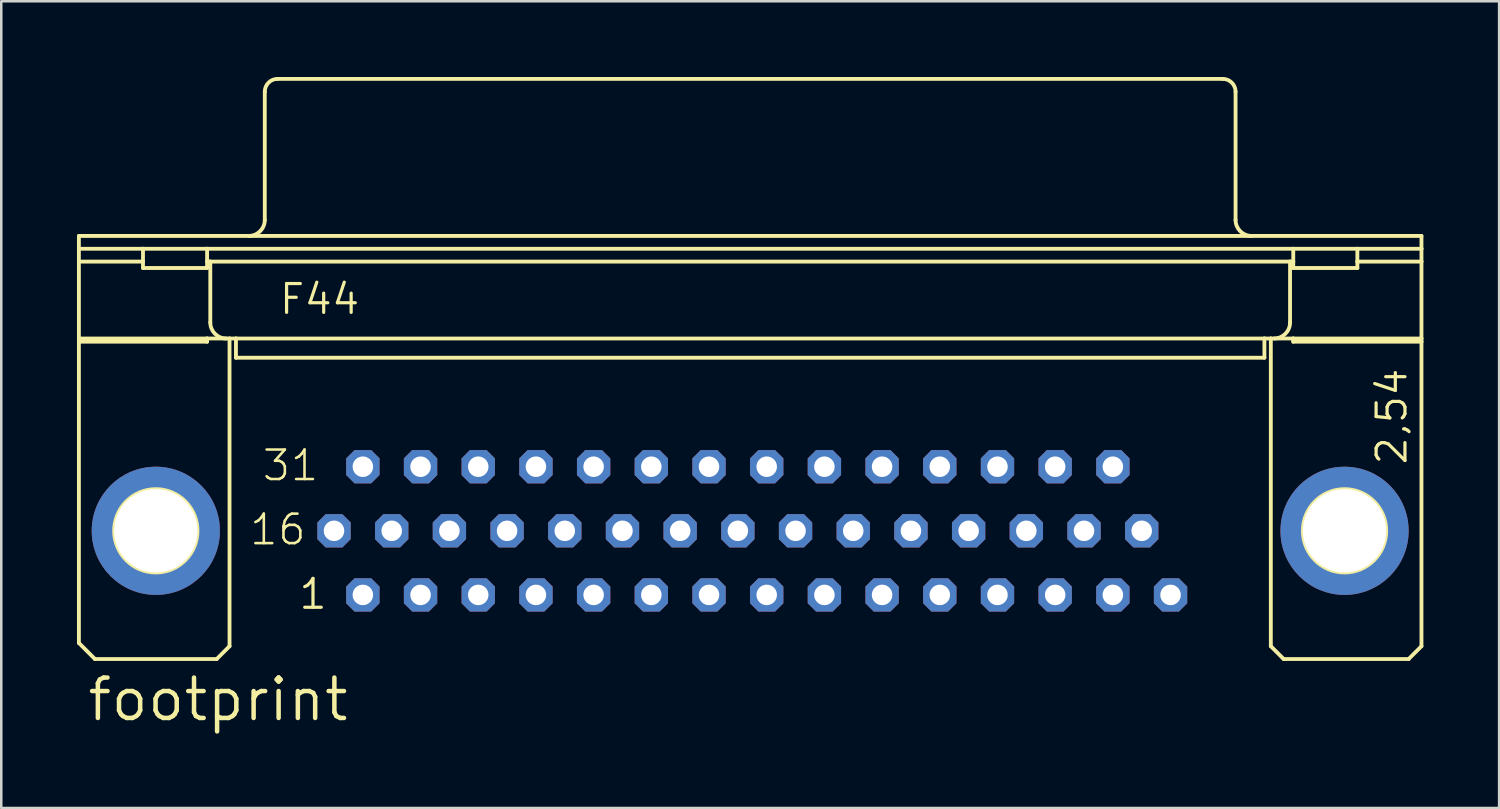
<source format=kicad_pcb>
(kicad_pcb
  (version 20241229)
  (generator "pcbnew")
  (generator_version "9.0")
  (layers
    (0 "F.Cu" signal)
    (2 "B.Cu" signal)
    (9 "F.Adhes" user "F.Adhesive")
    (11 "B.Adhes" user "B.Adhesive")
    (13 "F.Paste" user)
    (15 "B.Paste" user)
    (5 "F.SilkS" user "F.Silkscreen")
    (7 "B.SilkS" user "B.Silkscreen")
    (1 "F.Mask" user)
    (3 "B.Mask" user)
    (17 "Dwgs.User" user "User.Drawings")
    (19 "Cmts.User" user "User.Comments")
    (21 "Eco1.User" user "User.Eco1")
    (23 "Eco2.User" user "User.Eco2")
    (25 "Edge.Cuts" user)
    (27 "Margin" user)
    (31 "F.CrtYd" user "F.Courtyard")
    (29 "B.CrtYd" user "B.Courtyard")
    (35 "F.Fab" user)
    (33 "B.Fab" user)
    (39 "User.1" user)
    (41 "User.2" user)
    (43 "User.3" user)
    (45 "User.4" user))
  (footprint "footprint"
    (layer "F.Cu")
    (at 26.06 16.713)
    (property "Reference" "footprint" (at -25.73 8.89 0) (layer "F.SilkS") (effects (font (size 1.6 1.6) (thickness 0.178)) (justify left bottom)))
    (fp_line (start -25.984 -10.414) (end 27.214 -10.414) (stroke (width 0.152) (type solid)) (layer "F.SilkS"))
    (fp_line (start -25.984 -9.906) (end -25.984 -10.414) (stroke (width 0.152) (type solid)) (layer "F.SilkS"))
    (fp_line (start -25.984 -9.906) (end -23.444 -9.906) (stroke (width 0.152) (type solid)) (layer "F.SilkS"))
    (fp_line (start -25.984 -9.398) (end -25.984 -9.906) (stroke (width 0.152) (type solid)) (layer "F.SilkS"))
    (fp_line (start -25.984 -9.398) (end -23.444 -9.398) (stroke (width 0.152) (type solid)) (layer "F.SilkS"))
    (fp_line (start -25.984 -6.35) (end -25.984 -9.398) (stroke (width 0.152) (type solid)) (layer "F.SilkS"))
    (fp_line (start -25.984 -6.35) (end -25.984 -6.223) (stroke (width 0.152) (type solid)) (layer "F.SilkS"))
    (fp_line (start -25.984 -6.35) (end -20.904 -6.35) (stroke (width 0.152) (type solid)) (layer "F.SilkS"))
    (fp_line (start -25.984 -6.223) (end -20.904 -6.223) (stroke (width 0.152) (type solid)) (layer "F.SilkS"))
    (fp_line (start -25.984 5.715) (end -25.984 -6.223) (stroke (width 0.152) (type solid)) (layer "F.SilkS"))
    (fp_line (start -25.349 6.35) (end -25.984 5.715) (stroke (width 0.152) (type solid)) (layer "F.SilkS"))
    (fp_line (start -23.444 -9.906) (end -20.904 -9.906) (stroke (width 0.152) (type solid)) (layer "F.SilkS"))
    (fp_line (start -23.444 -9.398) (end -23.444 -9.906) (stroke (width 0.152) (type solid)) (layer "F.SilkS"))
    (fp_line (start -23.444 -9.398) (end -23.444 -9.144) (stroke (width 0.152) (type solid)) (layer "F.SilkS"))
    (fp_line (start -23.444 -9.144) (end -20.904 -9.144) (stroke (width 0.152) (type solid)) (layer "F.SilkS"))
    (fp_line (start -20.904 -9.906) (end 22.134 -9.906) (stroke (width 0.152) (type solid)) (layer "F.SilkS"))
    (fp_line (start -20.904 -9.398) (end -20.904 -9.906) (stroke (width 0.152) (type solid)) (layer "F.SilkS"))
    (fp_line (start -20.904 -9.398) (end -20.777 -9.398) (stroke (width 0.152) (type solid)) (layer "F.SilkS"))
    (fp_line (start -20.904 -9.144) (end -20.904 -9.398) (stroke (width 0.152) (type solid)) (layer "F.SilkS"))
    (fp_line (start -20.904 -6.35) (end -20.015 -6.35) (stroke (width 0.152) (type solid)) (layer "F.SilkS"))
    (fp_line (start -20.904 -6.223) (end -20.904 -6.35) (stroke (width 0.152) (type solid)) (layer "F.SilkS"))
    (fp_line (start -20.777 -9.398) (end 22.007 -9.398) (stroke (width 0.152) (type solid)) (layer "F.SilkS"))
    (fp_line (start -20.777 -6.985) (end -20.777 -9.398) (stroke (width 0.152) (type solid)) (layer "F.SilkS"))
    (fp_line (start -20.523 6.35) (end -25.349 6.35) (stroke (width 0.152) (type solid)) (layer "F.SilkS"))
    (fp_line (start -20.523 6.35) (end -20.015 5.842) (stroke (width 0.152) (type solid)) (layer "F.SilkS"))
    (fp_line (start -20.015 -6.35) (end -19.761 -6.35) (stroke (width 0.152) (type solid)) (layer "F.SilkS"))
    (fp_line (start -20.015 5.842) (end -20.015 -6.35) (stroke (width 0.152) (type solid)) (layer "F.SilkS"))
    (fp_line (start -19.761 -6.35) (end -19.761 -5.588) (stroke (width 0.152) (type solid)) (layer "F.SilkS"))
    (fp_line (start -19.761 -6.35) (end 20.991 -6.35) (stroke (width 0.152) (type solid)) (layer "F.SilkS"))
    (fp_line (start -19.761 -5.588) (end 20.991 -5.588) (stroke (width 0.152) (type solid)) (layer "F.SilkS"))
    (fp_line (start -18.618 -11.049) (end -18.618 -16.129) (stroke (width 0.152) (type solid)) (layer "F.SilkS"))
    (fp_line (start -18.11 -16.637) (end 19.34 -16.637) (stroke (width 0.152) (type solid)) (layer "F.SilkS"))
    (fp_line (start 19.848 -11.049) (end 19.848 -16.129) (stroke (width 0.152) (type solid)) (layer "F.SilkS"))
    (fp_line (start 20.991 -6.35) (end 20.991 -5.588) (stroke (width 0.152) (type solid)) (layer "F.SilkS"))
    (fp_line (start 20.991 -6.35) (end 21.245 -6.35) (stroke (width 0.152) (type solid)) (layer "F.SilkS"))
    (fp_line (start 21.245 -6.35) (end 22.134 -6.35) (stroke (width 0.152) (type solid)) (layer "F.SilkS"))
    (fp_line (start 21.245 5.842) (end 21.245 -6.35) (stroke (width 0.152) (type solid)) (layer "F.SilkS"))
    (fp_line (start 21.245 5.842) (end 21.753 6.35) (stroke (width 0.152) (type solid)) (layer "F.SilkS"))
    (fp_line (start 21.753 6.35) (end 26.706 6.35) (stroke (width 0.152) (type solid)) (layer "F.SilkS"))
    (fp_line (start 22.007 -9.398) (end 22.134 -9.398) (stroke (width 0.152) (type solid)) (layer "F.SilkS"))
    (fp_line (start 22.007 -6.985) (end 22.007 -9.398) (stroke (width 0.152) (type solid)) (layer "F.SilkS"))
    (fp_line (start 22.134 -9.906) (end 24.674 -9.906) (stroke (width 0.152) (type solid)) (layer "F.SilkS"))
    (fp_line (start 22.134 -9.398) (end 22.134 -9.906) (stroke (width 0.152) (type solid)) (layer "F.SilkS"))
    (fp_line (start 22.134 -9.144) (end 22.134 -9.398) (stroke (width 0.152) (type solid)) (layer "F.SilkS"))
    (fp_line (start 22.134 -9.144) (end 24.674 -9.144) (stroke (width 0.152) (type solid)) (layer "F.SilkS"))
    (fp_line (start 22.134 -6.35) (end 27.214 -6.35) (stroke (width 0.152) (type solid)) (layer "F.SilkS"))
    (fp_line (start 22.134 -6.223) (end 22.134 -6.35) (stroke (width 0.152) (type solid)) (layer "F.SilkS"))
    (fp_line (start 22.134 -6.223) (end 27.214 -6.223) (stroke (width 0.152) (type solid)) (layer "F.SilkS"))
    (fp_line (start 24.674 -9.906) (end 27.214 -9.906) (stroke (width 0.152) (type solid)) (layer "F.SilkS"))
    (fp_line (start 24.674 -9.398) (end 24.674 -9.906) (stroke (width 0.152) (type solid)) (layer "F.SilkS"))
    (fp_line (start 24.674 -9.398) (end 24.674 -9.144) (stroke (width 0.152) (type solid)) (layer "F.SilkS"))
    (fp_line (start 24.674 -9.398) (end 27.214 -9.398) (stroke (width 0.152) (type solid)) (layer "F.SilkS"))
    (fp_line (start 26.706 6.35) (end 27.214 5.842) (stroke (width 0.152) (type solid)) (layer "F.SilkS"))
    (fp_line (start 27.214 -10.414) (end 27.214 -9.906) (stroke (width 0.152) (type solid)) (layer "F.SilkS"))
    (fp_line (start 27.214 -9.906) (end 27.214 -9.398) (stroke (width 0.152) (type solid)) (layer "F.SilkS"))
    (fp_line (start 27.214 -9.398) (end 27.214 -6.35) (stroke (width 0.152) (type solid)) (layer "F.SilkS"))
    (fp_line (start 27.214 -6.35) (end 27.214 -6.223) (stroke (width 0.152) (type solid)) (layer "F.SilkS"))
    (fp_line (start 27.214 5.842) (end 27.214 -6.223) (stroke (width 0.152) (type solid)) (layer "F.SilkS"))
    (fp_arc (start -20.1422 -6.35) (mid -20.591213 -6.535987) (end -20.7772 -6.985) (stroke (width 0.1524) (type solid)) (layer "F.SilkS"))
    (fp_arc (start -18.6182 -16.129) (mid -18.46941 -16.48821) (end -18.1102 -16.637) (stroke (width 0.1524) (type solid)) (layer "F.SilkS"))
    (fp_arc (start -18.6182 -11.049) (mid -18.804187 -10.599987) (end -19.2532 -10.414) (stroke (width 0.1524) (type solid)) (layer "F.SilkS"))
    (fp_arc (start 19.34 -16.637) (mid 19.69921 -16.48821) (end 19.848 -16.129) (stroke (width 0.1524) (type solid)) (layer "F.SilkS"))
    (fp_arc (start 20.483 -10.414) (mid 20.033987 -10.599987) (end 19.848 -11.049) (stroke (width 0.1524) (type solid)) (layer "F.SilkS"))
    (fp_arc (start 22.007 -6.985) (mid 21.821013 -6.535987) (end 21.372 -6.35) (stroke (width 0.1524) (type solid)) (layer "F.SilkS"))
    (fp_circle (center -22.936 1.27) (end -21.285 1.27) (stroke (width 0.152) (type solid)) (fill no) (layer "F.SilkS"))
    (fp_circle (center 24.166 1.27) (end 25.817 1.27) (stroke (width 0.152) (type solid)) (fill no) (layer "F.SilkS"))
    (fp_text user "31" (at -18.78 -0.635 0) (layer "F.SilkS") (effects (font (size 1.168 1.168) (thickness 0.102)) (justify left bottom)))
    (fp_text user "2,54" (at 26.706 -1.27 90) (layer "F.SilkS") (effects (font (size 1.143 1.143) (thickness 0.127)) (justify left bottom)))
    (fp_text user "F44" (at -18.11 -7.239 0) (layer "F.SilkS") (effects (font (size 1.143 1.143) (thickness 0.127)) (justify left bottom)))
    (fp_text user "16" (at -19.28 1.905 0) (layer "F.SilkS") (effects (font (size 1.168 1.168) (thickness 0.102)) (justify left bottom)))
    (fp_text user "1" (at -17.336 4.445 0) (layer "F.SilkS") (effects (font (size 1.143 1.143) (thickness 0.127)) (justify left bottom)))
    (pad "1" thru_hole roundrect (at -14.732 3.81) (size 1.321 1.321) (drill 0.813) (layers "*.Cu" "*.Mask") (roundrect_rratio 0.25) (chamfer_ratio 0.25) (chamfer top_left top_right bottom_left bottom_right))
    (pad "2" thru_hole roundrect (at -12.446 3.81) (size 1.321 1.321) (drill 0.813) (layers "*.Cu" "*.Mask") (roundrect_rratio 0.25) (chamfer_ratio 0.25) (chamfer top_left top_right bottom_left bottom_right))
    (pad "3" thru_hole roundrect (at -10.16 3.81) (size 1.321 1.321) (drill 0.813) (layers "*.Cu" "*.Mask") (roundrect_rratio 0.25) (chamfer_ratio 0.25) (chamfer top_left top_right bottom_left bottom_right))
    (pad "4" thru_hole roundrect (at -7.874 3.81) (size 1.321 1.321) (drill 0.813) (layers "*.Cu" "*.Mask") (roundrect_rratio 0.25) (chamfer_ratio 0.25) (chamfer top_left top_right bottom_left bottom_right))
    (pad "5" thru_hole roundrect (at -5.588 3.81) (size 1.321 1.321) (drill 0.813) (layers "*.Cu" "*.Mask") (roundrect_rratio 0.25) (chamfer_ratio 0.25) (chamfer top_left top_right bottom_left bottom_right))
    (pad "6" thru_hole roundrect (at -3.302 3.81) (size 1.321 1.321) (drill 0.813) (layers "*.Cu" "*.Mask") (roundrect_rratio 0.25) (chamfer_ratio 0.25) (chamfer top_left top_right bottom_left bottom_right))
    (pad "7" thru_hole roundrect (at -1.016 3.81) (size 1.321 1.321) (drill 0.813) (layers "*.Cu" "*.Mask") (roundrect_rratio 0.25) (chamfer_ratio 0.25) (chamfer top_left top_right bottom_left bottom_right))
    (pad "8" thru_hole roundrect (at 1.27 3.81) (size 1.321 1.321) (drill 0.813) (layers "*.Cu" "*.Mask") (roundrect_rratio 0.25) (chamfer_ratio 0.25) (chamfer top_left top_right bottom_left bottom_right))
    (pad "9" thru_hole roundrect (at 3.556 3.81) (size 1.321 1.321) (drill 0.813) (layers "*.Cu" "*.Mask") (roundrect_rratio 0.25) (chamfer_ratio 0.25) (chamfer top_left top_right bottom_left bottom_right))
    (pad "10" thru_hole roundrect (at 5.842 3.81) (size 1.321 1.321) (drill 0.813) (layers "*.Cu" "*.Mask") (roundrect_rratio 0.25) (chamfer_ratio 0.25) (chamfer top_left top_right bottom_left bottom_right))
    (pad "11" thru_hole roundrect (at 8.128 3.81) (size 1.321 1.321) (drill 0.813) (layers "*.Cu" "*.Mask") (roundrect_rratio 0.25) (chamfer_ratio 0.25) (chamfer top_left top_right bottom_left bottom_right))
    (pad "12" thru_hole roundrect (at 10.414 3.81) (size 1.321 1.321) (drill 0.813) (layers "*.Cu" "*.Mask") (roundrect_rratio 0.25) (chamfer_ratio 0.25) (chamfer top_left top_right bottom_left bottom_right))
    (pad "13" thru_hole roundrect (at 12.7 3.81) (size 1.321 1.321) (drill 0.813) (layers "*.Cu" "*.Mask") (roundrect_rratio 0.25) (chamfer_ratio 0.25) (chamfer top_left top_right bottom_left bottom_right))
    (pad "14" thru_hole roundrect (at 14.986 3.81) (size 1.321 1.321) (drill 0.813) (layers "*.Cu" "*.Mask") (roundrect_rratio 0.25) (chamfer_ratio 0.25) (chamfer top_left top_right bottom_left bottom_right))
    (pad "15" thru_hole roundrect (at 17.272 3.81) (size 1.321 1.321) (drill 0.813) (layers "*.Cu" "*.Mask") (roundrect_rratio 0.25) (chamfer_ratio 0.25) (chamfer top_left top_right bottom_left bottom_right))
    (pad "16" thru_hole roundrect (at -15.875 1.27) (size 1.321 1.321) (drill 0.813) (layers "*.Cu" "*.Mask") (roundrect_rratio 0.25) (chamfer_ratio 0.25) (chamfer top_left top_right bottom_left bottom_right))
    (pad "17" thru_hole roundrect (at -13.589 1.27) (size 1.321 1.321) (drill 0.813) (layers "*.Cu" "*.Mask") (roundrect_rratio 0.25) (chamfer_ratio 0.25) (chamfer top_left top_right bottom_left bottom_right))
    (pad "18" thru_hole roundrect (at -11.303 1.27) (size 1.321 1.321) (drill 0.813) (layers "*.Cu" "*.Mask") (roundrect_rratio 0.25) (chamfer_ratio 0.25) (chamfer top_left top_right bottom_left bottom_right))
    (pad "19" thru_hole roundrect (at -9.017 1.27) (size 1.321 1.321) (drill 0.813) (layers "*.Cu" "*.Mask") (roundrect_rratio 0.25) (chamfer_ratio 0.25) (chamfer top_left top_right bottom_left bottom_right))
    (pad "20" thru_hole roundrect (at -6.731 1.27) (size 1.321 1.321) (drill 0.813) (layers "*.Cu" "*.Mask") (roundrect_rratio 0.25) (chamfer_ratio 0.25) (chamfer top_left top_right bottom_left bottom_right))
    (pad "21" thru_hole roundrect (at -4.445 1.27) (size 1.321 1.321) (drill 0.813) (layers "*.Cu" "*.Mask") (roundrect_rratio 0.25) (chamfer_ratio 0.25) (chamfer top_left top_right bottom_left bottom_right))
    (pad "22" thru_hole roundrect (at -2.159 1.27) (size 1.321 1.321) (drill 0.813) (layers "*.Cu" "*.Mask") (roundrect_rratio 0.25) (chamfer_ratio 0.25) (chamfer top_left top_right bottom_left bottom_right))
    (pad "23" thru_hole roundrect (at 0.127 1.27) (size 1.321 1.321) (drill 0.813) (layers "*.Cu" "*.Mask") (roundrect_rratio 0.25) (chamfer_ratio 0.25) (chamfer top_left top_right bottom_left bottom_right))
    (pad "24" thru_hole roundrect (at 2.413 1.27) (size 1.321 1.321) (drill 0.813) (layers "*.Cu" "*.Mask") (roundrect_rratio 0.25) (chamfer_ratio 0.25) (chamfer top_left top_right bottom_left bottom_right))
    (pad "25" thru_hole roundrect (at 4.699 1.27) (size 1.321 1.321) (drill 0.813) (layers "*.Cu" "*.Mask") (roundrect_rratio 0.25) (chamfer_ratio 0.25) (chamfer top_left top_right bottom_left bottom_right))
    (pad "26" thru_hole roundrect (at 6.985 1.27) (size 1.321 1.321) (drill 0.813) (layers "*.Cu" "*.Mask") (roundrect_rratio 0.25) (chamfer_ratio 0.25) (chamfer top_left top_right bottom_left bottom_right))
    (pad "27" thru_hole roundrect (at 9.271 1.27) (size 1.321 1.321) (drill 0.813) (layers "*.Cu" "*.Mask") (roundrect_rratio 0.25) (chamfer_ratio 0.25) (chamfer top_left top_right bottom_left bottom_right))
    (pad "28" thru_hole roundrect (at 11.557 1.27) (size 1.321 1.321) (drill 0.813) (layers "*.Cu" "*.Mask") (roundrect_rratio 0.25) (chamfer_ratio 0.25) (chamfer top_left top_right bottom_left bottom_right))
    (pad "29" thru_hole roundrect (at 13.843 1.27) (size 1.321 1.321) (drill 0.813) (layers "*.Cu" "*.Mask") (roundrect_rratio 0.25) (chamfer_ratio 0.25) (chamfer top_left top_right bottom_left bottom_right))
    (pad "30" thru_hole roundrect (at 16.129 1.27) (size 1.321 1.321) (drill 0.813) (layers "*.Cu" "*.Mask") (roundrect_rratio 0.25) (chamfer_ratio 0.25) (chamfer top_left top_right bottom_left bottom_right))
    (pad "31" thru_hole roundrect (at -14.732 -1.27) (size 1.321 1.321) (drill 0.813) (layers "*.Cu" "*.Mask") (roundrect_rratio 0.25) (chamfer_ratio 0.25) (chamfer top_left top_right bottom_left bottom_right))
    (pad "32" thru_hole roundrect (at -12.446 -1.27) (size 1.321 1.321) (drill 0.813) (layers "*.Cu" "*.Mask") (roundrect_rratio 0.25) (chamfer_ratio 0.25) (chamfer top_left top_right bottom_left bottom_right))
    (pad "33" thru_hole roundrect (at -10.16 -1.27) (size 1.321 1.321) (drill 0.813) (layers "*.Cu" "*.Mask") (roundrect_rratio 0.25) (chamfer_ratio 0.25) (chamfer top_left top_right bottom_left bottom_right))
    (pad "34" thru_hole roundrect (at -7.874 -1.27) (size 1.321 1.321) (drill 0.813) (layers "*.Cu" "*.Mask") (roundrect_rratio 0.25) (chamfer_ratio 0.25) (chamfer top_left top_right bottom_left bottom_right))
    (pad "35" thru_hole roundrect (at -5.588 -1.27) (size 1.321 1.321) (drill 0.813) (layers "*.Cu" "*.Mask") (roundrect_rratio 0.25) (chamfer_ratio 0.25) (chamfer top_left top_right bottom_left bottom_right))
    (pad "36" thru_hole roundrect (at -3.302 -1.27) (size 1.321 1.321) (drill 0.813) (layers "*.Cu" "*.Mask") (roundrect_rratio 0.25) (chamfer_ratio 0.25) (chamfer top_left top_right bottom_left bottom_right))
    (pad "37" thru_hole roundrect (at -1.016 -1.27) (size 1.321 1.321) (drill 0.813) (layers "*.Cu" "*.Mask") (roundrect_rratio 0.25) (chamfer_ratio 0.25) (chamfer top_left top_right bottom_left bottom_right))
    (pad "38" thru_hole roundrect (at 1.27 -1.27) (size 1.321 1.321) (drill 0.813) (layers "*.Cu" "*.Mask") (roundrect_rratio 0.25) (chamfer_ratio 0.25) (chamfer top_left top_right bottom_left bottom_right))
    (pad "39" thru_hole roundrect (at 3.556 -1.27) (size 1.321 1.321) (drill 0.813) (layers "*.Cu" "*.Mask") (roundrect_rratio 0.25) (chamfer_ratio 0.25) (chamfer top_left top_right bottom_left bottom_right))
    (pad "40" thru_hole roundrect (at 5.842 -1.27) (size 1.321 1.321) (drill 0.813) (layers "*.Cu" "*.Mask") (roundrect_rratio 0.25) (chamfer_ratio 0.25) (chamfer top_left top_right bottom_left bottom_right))
    (pad "41" thru_hole roundrect (at 8.128 -1.27) (size 1.321 1.321) (drill 0.813) (layers "*.Cu" "*.Mask") (roundrect_rratio 0.25) (chamfer_ratio 0.25) (chamfer top_left top_right bottom_left bottom_right))
    (pad "42" thru_hole roundrect (at 10.414 -1.27) (size 1.321 1.321) (drill 0.813) (layers "*.Cu" "*.Mask") (roundrect_rratio 0.25) (chamfer_ratio 0.25) (chamfer top_left top_right bottom_left bottom_right))
    (pad "43" thru_hole roundrect (at 12.7 -1.27) (size 1.321 1.321) (drill 0.813) (layers "*.Cu" "*.Mask") (roundrect_rratio 0.25) (chamfer_ratio 0.25) (chamfer top_left top_right bottom_left bottom_right))
    (pad "44" thru_hole roundrect (at 14.986 -1.27) (size 1.321 1.321) (drill 0.813) (layers "*.Cu" "*.Mask") (roundrect_rratio 0.25) (chamfer_ratio 0.25) (chamfer top_left top_right bottom_left bottom_right))
    (pad "G1" thru_hole circle (at -22.936 1.27) (size 5.08 5.08) (drill 3.302) (layers "*.Cu" "*.Mask"))
    (pad "G2" thru_hole circle (at 24.166 1.27) (size 5.08 5.08) (drill 3.302) (layers "*.Cu" "*.Mask")))
  (gr_rect
    (start -3 -3)
    (end 56.351 28.966)
    (stroke (width 0.1) (type default))
    (fill no)
    (layer "Edge.Cuts")))
</source>
